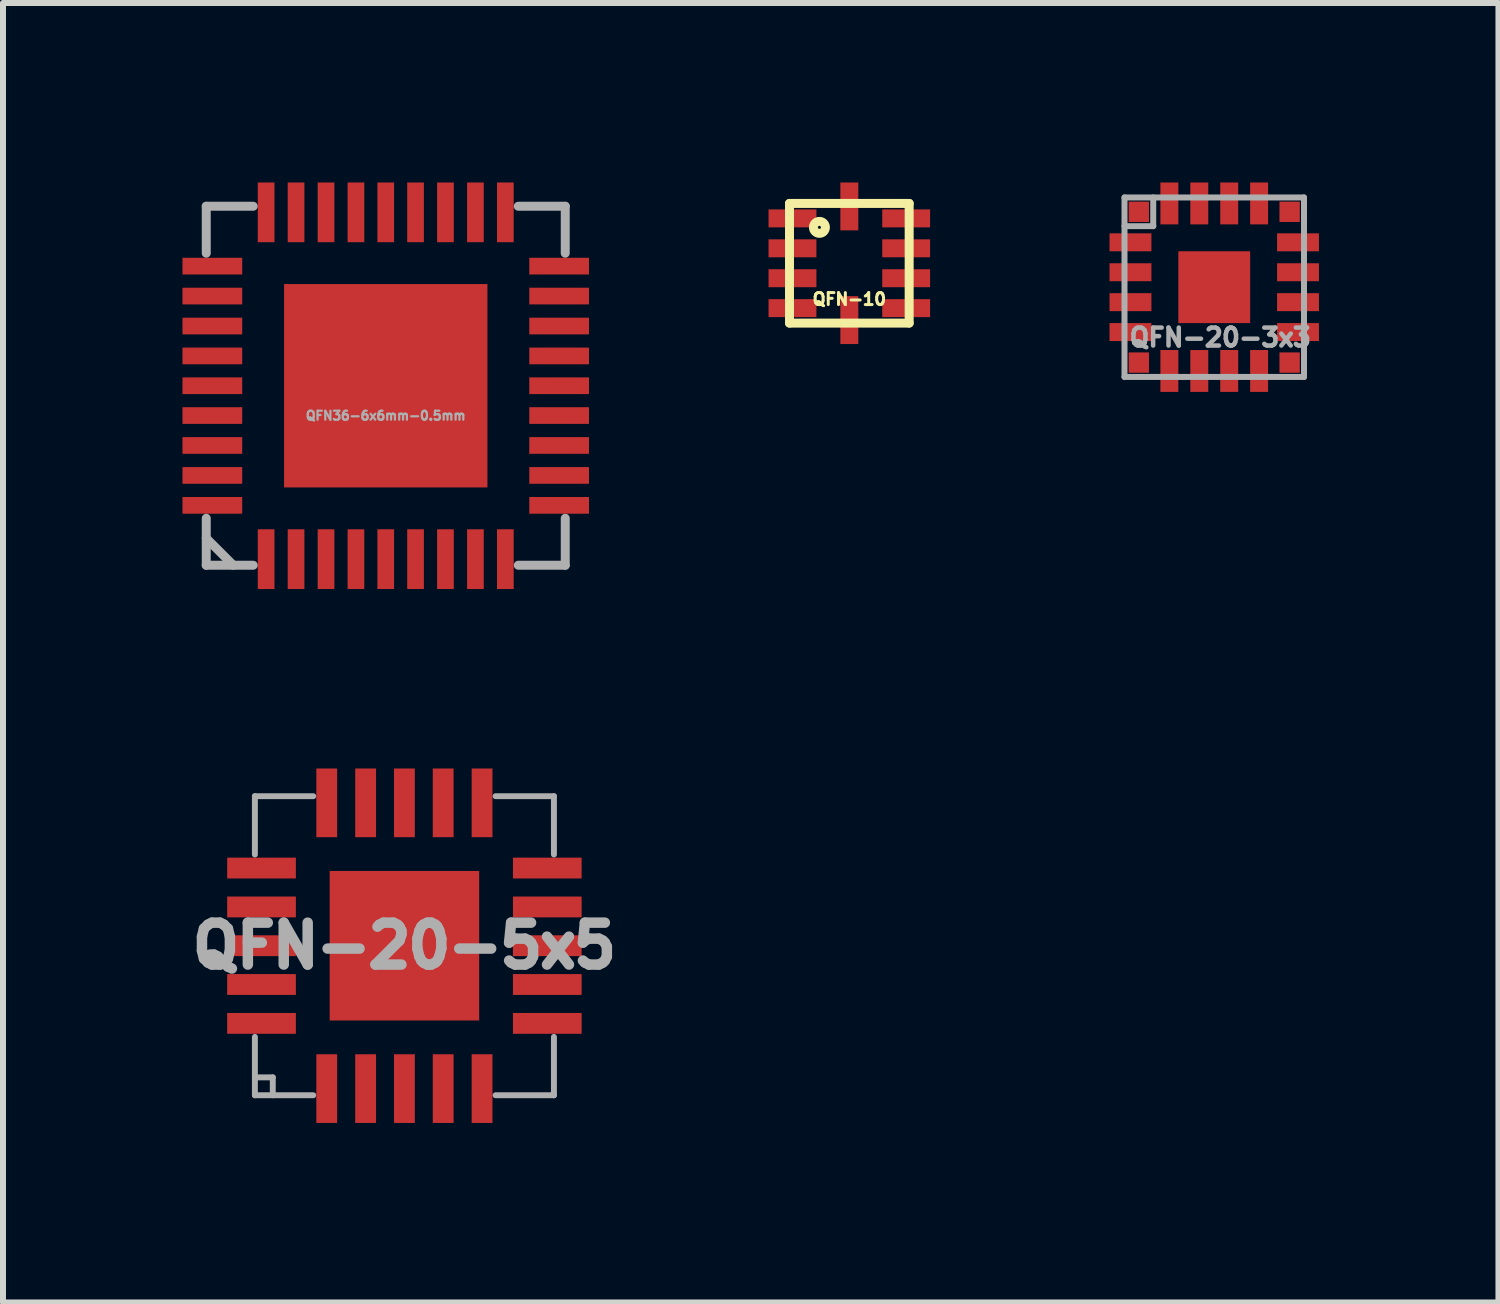
<source format=kicad_pcb>
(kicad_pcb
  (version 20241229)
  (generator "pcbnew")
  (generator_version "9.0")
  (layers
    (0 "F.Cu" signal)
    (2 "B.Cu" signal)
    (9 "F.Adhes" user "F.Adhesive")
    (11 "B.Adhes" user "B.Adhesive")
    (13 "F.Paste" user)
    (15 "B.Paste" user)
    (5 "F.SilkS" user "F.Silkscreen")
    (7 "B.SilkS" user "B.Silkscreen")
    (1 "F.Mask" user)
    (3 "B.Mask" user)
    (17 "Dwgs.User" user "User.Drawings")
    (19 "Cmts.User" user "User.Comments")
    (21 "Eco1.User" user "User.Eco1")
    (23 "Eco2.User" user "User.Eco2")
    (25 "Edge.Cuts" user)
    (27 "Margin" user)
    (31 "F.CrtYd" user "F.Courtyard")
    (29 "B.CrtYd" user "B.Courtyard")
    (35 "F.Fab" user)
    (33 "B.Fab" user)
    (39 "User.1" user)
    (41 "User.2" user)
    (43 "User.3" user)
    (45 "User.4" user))
  (footprint "QFN-10"
    (layer "F.Cu")
    (at 11.145 1.35)
    (property "Reference" "QFN-10" (at 0 0.6 0) (layer "F.SilkS") (effects (font (size 0.2 0.2) (thickness 0.05))))
    (attr through_hole)
    (fp_line (start -1 -1) (end 1 -1) (stroke (width 0.15) (type solid)) (layer "F.SilkS"))
    (fp_line (start -1 1) (end -1 -1) (stroke (width 0.15) (type solid)) (layer "F.SilkS"))
    (fp_line (start 1 -1) (end 1 1) (stroke (width 0.15) (type solid)) (layer "F.SilkS"))
    (fp_line (start 1 1) (end -1 1) (stroke (width 0.15) (type solid)) (layer "F.SilkS"))
    (fp_circle (center -0.5 -0.6) (end -0.5 -0.5) (stroke (width 0.15) (type solid)) (fill no) (layer "F.SilkS"))
    (pad "1" smd rect (at -0.95 -0.75) (size 0.8 0.3) (layers "F.Cu" "F.Mask" "F.Paste"))
    (pad "2" smd rect (at -0.95 -0.25) (size 0.8 0.3) (layers "F.Cu" "F.Mask" "F.Paste"))
    (pad "3" smd rect (at -0.95 0.25) (size 0.8 0.3) (layers "F.Cu" "F.Mask" "F.Paste"))
    (pad "4" smd rect (at -0.95 0.75) (size 0.8 0.3) (layers "F.Cu" "F.Mask" "F.Paste"))
    (pad "5" smd rect (at 0 0.95) (size 0.3 0.8) (layers "F.Cu" "F.Mask" "F.Paste"))
    (pad "6" smd rect (at 0.95 0.75) (size 0.8 0.3) (layers "F.Cu" "F.Mask" "F.Paste"))
    (pad "7" smd rect (at 0.95 0.25) (size 0.8 0.3) (layers "F.Cu" "F.Mask" "F.Paste"))
    (pad "8" smd rect (at 0.95 -0.25) (size 0.8 0.3) (layers "F.Cu" "F.Mask" "F.Paste"))
    (pad "9" smd rect (at 0.95 -0.75) (size 0.8 0.3) (layers "F.Cu" "F.Mask" "F.Paste"))
    (pad "10" smd rect (at 0 -0.95) (size 0.3 0.8) (layers "F.Cu" "F.Mask" "F.Paste")))
  (footprint "QFN-20-3x3"
    (layer "F.Cu")
    (at 17.244 1.75)
    (property "Reference" "QFN-20-3x3" (at 0.1 0.84 0) (layer "F.Fab") (effects (font (size 0.3 0.3) (thickness 0.075))))
    (attr through_hole)
    (fp_line (start -1.5 -1.5) (end -1.5 1.5) (stroke (width 0.1) (type solid)) (layer "F.Fab"))
    (fp_line (start -1.5 -1.5) (end 1.5 -1.5) (stroke (width 0.1) (type solid)) (layer "F.Fab"))
    (fp_line (start -1.5 1.5) (end 1.5 1.5) (stroke (width 0.1) (type solid)) (layer "F.Fab"))
    (fp_line (start -1.02 -1.5) (end -1.02 -1.03) (stroke (width 0.1) (type solid)) (layer "F.Fab"))
    (fp_line (start -1.02 -1.03) (end -1.02 -1.02) (stroke (width 0.1) (type solid)) (layer "F.Fab"))
    (fp_line (start -1.02 -1.02) (end -1.5 -1.02) (stroke (width 0.1) (type solid)) (layer "F.Fab"))
    (fp_line (start 1.5 -1.5) (end 1.5 1.5) (stroke (width 0.1) (type solid)) (layer "F.Fab"))
    (pad "1" smd rect (at -1.26 -1.26) (size 0.34 0.34) (layers "F.Cu" "F.Mask" "F.Paste"))
    (pad "2" smd rect (at -1.4 -0.75) (size 0.7 0.3) (layers "F.Cu" "F.Mask" "F.Paste"))
    (pad "3" smd rect (at -1.4 -0.25) (size 0.7 0.3) (layers "F.Cu" "F.Mask" "F.Paste"))
    (pad "4" smd rect (at -1.4 0.25) (size 0.7 0.3) (layers "F.Cu" "F.Mask" "F.Paste"))
    (pad "5" smd rect (at -1.4 0.75) (size 0.7 0.3) (layers "F.Cu" "F.Mask" "F.Paste"))
    (pad "6" smd rect (at -1.26 1.26) (size 0.34 0.34) (layers "F.Cu" "F.Mask" "F.Paste"))
    (pad "7" smd rect (at -0.75 1.4) (size 0.3 0.7) (layers "F.Cu" "F.Mask" "F.Paste"))
    (pad "8" smd rect (at -0.25 1.4) (size 0.3 0.7) (layers "F.Cu" "F.Mask" "F.Paste"))
    (pad "9" smd rect (at 0.25 1.4) (size 0.3 0.7) (layers "F.Cu" "F.Mask" "F.Paste"))
    (pad "10" smd rect (at 0.75 1.4) (size 0.3 0.7) (layers "F.Cu" "F.Mask" "F.Paste"))
    (pad "11" smd rect (at 1.26 1.26) (size 0.34 0.34) (layers "F.Cu" "F.Mask" "F.Paste"))
    (pad "12" smd rect (at 1.4 0.75) (size 0.7 0.3) (layers "F.Cu" "F.Mask" "F.Paste"))
    (pad "13" smd rect (at 1.4 0.25) (size 0.7 0.3) (layers "F.Cu" "F.Mask" "F.Paste"))
    (pad "14" smd rect (at 1.4 -0.25) (size 0.7 0.3) (layers "F.Cu" "F.Mask" "F.Paste"))
    (pad "15" smd rect (at 1.4 -0.75) (size 0.7 0.3) (layers "F.Cu" "F.Mask" "F.Paste"))
    (pad "16" smd rect (at 1.26 -1.26) (size 0.34 0.34) (layers "F.Cu" "F.Mask" "F.Paste"))
    (pad "17" smd rect (at 0.75 -1.4) (size 0.3 0.7) (layers "F.Cu" "F.Mask" "F.Paste"))
    (pad "18" smd rect (at 0.25 -1.4) (size 0.3 0.7) (layers "F.Cu" "F.Mask" "F.Paste"))
    (pad "19" smd rect (at -0.25 -1.4) (size 0.3 0.7) (layers "F.Cu" "F.Mask" "F.Paste"))
    (pad "20" smd rect (at -0.75 -1.4) (size 0.3 0.7) (layers "F.Cu" "F.Mask" "F.Paste"))
    (pad "EP" smd rect (at 0 0) (size 1.2 1.2) (layers "F.Cu" "F.Mask" "F.Paste")))
  (footprint "QFN-20-5x5"
    (layer "F.Cu")
    (at 3.709 12.756)
    (property "Reference" "QFN-20-5x5" (at 0 0 0) (layer "F.Fab") (effects (font (size 0.7 0.7) (thickness 0.175))))
    (attr through_hole)
    (fp_line (start -2.499 -2.499) (end -2.499 -1.524) (stroke (width 0.099) (type solid)) (layer "F.Fab"))
    (fp_line (start -2.499 -2.499) (end -1.524 -2.499) (stroke (width 0.099) (type solid)) (layer "F.Fab"))
    (fp_line (start -2.499 1.524) (end -2.499 2.499) (stroke (width 0.099) (type solid)) (layer "F.Fab"))
    (fp_line (start -2.499 2.2) (end -2.2 2.2) (stroke (width 0.099) (type solid)) (layer "F.Fab"))
    (fp_line (start -2.499 2.499) (end -1.524 2.499) (stroke (width 0.099) (type solid)) (layer "F.Fab"))
    (fp_line (start -2.2 2.2) (end -2.2 2.499) (stroke (width 0.099) (type solid)) (layer "F.Fab"))
    (fp_line (start 1.524 -2.499) (end 2.499 -2.499) (stroke (width 0.099) (type solid)) (layer "F.Fab"))
    (fp_line (start 1.524 2.499) (end 2.499 2.499) (stroke (width 0.099) (type solid)) (layer "F.Fab"))
    (fp_line (start 2.499 -2.499) (end 2.499 -1.524) (stroke (width 0.099) (type solid)) (layer "F.Fab"))
    (fp_line (start 2.499 1.524) (end 2.499 2.499) (stroke (width 0.099) (type solid)) (layer "F.Fab"))
    (pad "1" smd rect (at -1.298 2.388 180) (size 0.348 1.148) (layers "F.Cu" "F.Mask" "F.Paste"))
    (pad "2" smd rect (at -0.648 2.388 180) (size 0.348 1.148) (layers "F.Cu" "F.Mask" "F.Paste"))
    (pad "3" smd rect (at 0 2.388 180) (size 0.348 1.148) (layers "F.Cu" "F.Mask" "F.Paste"))
    (pad "4" smd rect (at 0.648 2.388 180) (size 0.348 1.148) (layers "F.Cu" "F.Mask" "F.Paste"))
    (pad "5" smd rect (at 1.298 2.388 180) (size 0.348 1.148) (layers "F.Cu" "F.Mask" "F.Paste"))
    (pad "6" smd rect (at 2.388 1.298 270) (size 0.348 1.148) (layers "F.Cu" "F.Mask" "F.Paste"))
    (pad "7" smd rect (at 2.388 0.648 270) (size 0.348 1.148) (layers "F.Cu" "F.Mask" "F.Paste"))
    (pad "8" smd rect (at 2.388 0 270) (size 0.348 1.148) (layers "F.Cu" "F.Mask" "F.Paste"))
    (pad "9" smd rect (at 2.388 -0.648 270) (size 0.348 1.148) (layers "F.Cu" "F.Mask" "F.Paste"))
    (pad "10" smd rect (at 2.388 -1.298 270) (size 0.348 1.148) (layers "F.Cu" "F.Mask" "F.Paste"))
    (pad "11" smd rect (at 1.298 -2.388) (size 0.348 1.148) (layers "F.Cu" "F.Mask" "F.Paste"))
    (pad "12" smd rect (at 0.648 -2.388) (size 0.348 1.148) (layers "F.Cu" "F.Mask" "F.Paste"))
    (pad "13" smd rect (at 0 -2.388) (size 0.348 1.148) (layers "F.Cu" "F.Mask" "F.Paste"))
    (pad "14" smd rect (at -0.648 -2.388) (size 0.348 1.148) (layers "F.Cu" "F.Mask" "F.Paste"))
    (pad "15" smd rect (at -1.298 -2.388) (size 0.348 1.148) (layers "F.Cu" "F.Mask" "F.Paste"))
    (pad "16" smd rect (at -2.388 -1.298 90) (size 0.348 1.148) (layers "F.Cu" "F.Mask" "F.Paste"))
    (pad "17" smd rect (at -2.388 -0.648 90) (size 0.348 1.148) (layers "F.Cu" "F.Mask" "F.Paste"))
    (pad "18" smd rect (at -2.388 0 90) (size 0.348 1.148) (layers "F.Cu" "F.Mask" "F.Paste"))
    (pad "19" smd rect (at -2.388 0.648 90) (size 0.348 1.148) (layers "F.Cu" "F.Mask" "F.Paste"))
    (pad "20" smd rect (at -2.388 1.298 90) (size 0.348 1.148) (layers "F.Cu" "F.Mask" "F.Paste"))
    (pad "EP" smd rect (at 0 0) (size 2.499 2.499) (layers "F.Cu" "F.Mask" "F.Paste")))
  (footprint "QFN36-6x6mm-0.5mm"
    (layer "F.Cu")
    (at 3.397 3.397)
    (property "Reference" "QFN36-6x6mm-0.5mm" (at 0 0.5 0) (layer "F.Fab") (effects (font (size 0.15 0.15) (thickness 0.037))))
    (attr through_hole)
    (fp_line (start -3 -3) (end -3 -2.215) (stroke (width 0.15) (type solid)) (layer "F.Fab"))
    (fp_line (start -3 -3) (end -2.215 -3) (stroke (width 0.15) (type solid)) (layer "F.Fab"))
    (fp_line (start -3 2.215) (end -3 3) (stroke (width 0.15) (type solid)) (layer "F.Fab"))
    (fp_line (start -3 2.548) (end -2.548 3) (stroke (width 0.15) (type solid)) (layer "F.Fab"))
    (fp_line (start -3 3) (end -2.215 3) (stroke (width 0.15) (type solid)) (layer "F.Fab"))
    (fp_line (start 2.215 -3) (end 3 -3) (stroke (width 0.15) (type solid)) (layer "F.Fab"))
    (fp_line (start 2.215 3) (end 3 3) (stroke (width 0.15) (type solid)) (layer "F.Fab"))
    (fp_line (start 3 -3) (end 3 -2.215) (stroke (width 0.15) (type solid)) (layer "F.Fab"))
    (fp_line (start 3 2.215) (end 3 3) (stroke (width 0.15) (type solid)) (layer "F.Fab"))
    (pad "1" smd rect (at -1.999 2.898 180) (size 0.279 0.998) (layers "F.Cu" "F.Mask" "F.Paste"))
    (pad "2" smd rect (at -1.499 2.898 180) (size 0.279 0.998) (layers "F.Cu" "F.Mask" "F.Paste"))
    (pad "3" smd rect (at -0.998 2.898 180) (size 0.279 0.998) (layers "F.Cu" "F.Mask" "F.Paste"))
    (pad "4" smd rect (at -0.498 2.898 180) (size 0.279 0.998) (layers "F.Cu" "F.Mask" "F.Paste"))
    (pad "5" smd rect (at 0 2.898 180) (size 0.279 0.998) (layers "F.Cu" "F.Mask" "F.Paste"))
    (pad "6" smd rect (at 0.498 2.898 180) (size 0.279 0.998) (layers "F.Cu" "F.Mask" "F.Paste"))
    (pad "7" smd rect (at 0.998 2.898 180) (size 0.279 0.998) (layers "F.Cu" "F.Mask" "F.Paste"))
    (pad "8" smd rect (at 1.499 2.898 180) (size 0.279 0.998) (layers "F.Cu" "F.Mask" "F.Paste"))
    (pad "9" smd rect (at 1.999 2.898 180) (size 0.279 0.998) (layers "F.Cu" "F.Mask" "F.Paste"))
    (pad "10" smd rect (at 2.898 1.999 270) (size 0.279 0.998) (layers "F.Cu" "F.Mask" "F.Paste"))
    (pad "11" smd rect (at 2.898 1.499 270) (size 0.279 0.998) (layers "F.Cu" "F.Mask" "F.Paste"))
    (pad "12" smd rect (at 2.898 0.998 270) (size 0.279 0.998) (layers "F.Cu" "F.Mask" "F.Paste"))
    (pad "13" smd rect (at 2.898 0.498 270) (size 0.279 0.998) (layers "F.Cu" "F.Mask" "F.Paste"))
    (pad "14" smd rect (at 2.898 0 270) (size 0.279 0.998) (layers "F.Cu" "F.Mask" "F.Paste"))
    (pad "15" smd rect (at 2.898 -0.498 270) (size 0.279 0.998) (layers "F.Cu" "F.Mask" "F.Paste"))
    (pad "16" smd rect (at 2.898 -0.998 270) (size 0.279 0.998) (layers "F.Cu" "F.Mask" "F.Paste"))
    (pad "17" smd rect (at 2.898 -1.499 270) (size 0.279 0.998) (layers "F.Cu" "F.Mask" "F.Paste"))
    (pad "18" smd rect (at 2.898 -1.999 270) (size 0.279 0.998) (layers "F.Cu" "F.Mask" "F.Paste"))
    (pad "19" smd rect (at 1.999 -2.898) (size 0.279 0.998) (layers "F.Cu" "F.Mask" "F.Paste"))
    (pad "20" smd rect (at 1.499 -2.898) (size 0.279 0.998) (layers "F.Cu" "F.Mask" "F.Paste"))
    (pad "21" smd rect (at 0.998 -2.898) (size 0.279 0.998) (layers "F.Cu" "F.Mask" "F.Paste"))
    (pad "22" smd rect (at 0.498 -2.898) (size 0.279 0.998) (layers "F.Cu" "F.Mask" "F.Paste"))
    (pad "23" smd rect (at 0 -2.898) (size 0.279 0.998) (layers "F.Cu" "F.Mask" "F.Paste"))
    (pad "24" smd rect (at -0.498 -2.898) (size 0.279 0.998) (layers "F.Cu" "F.Mask" "F.Paste"))
    (pad "25" smd rect (at -0.998 -2.898) (size 0.279 0.998) (layers "F.Cu" "F.Mask" "F.Paste"))
    (pad "26" smd rect (at -1.499 -2.898) (size 0.279 0.998) (layers "F.Cu" "F.Mask" "F.Paste"))
    (pad "27" smd rect (at -1.999 -2.898) (size 0.279 0.998) (layers "F.Cu" "F.Mask" "F.Paste"))
    (pad "28" smd rect (at -2.898 -1.999 90) (size 0.279 0.998) (layers "F.Cu" "F.Mask" "F.Paste"))
    (pad "29" smd rect (at -2.898 -1.499 90) (size 0.279 0.998) (layers "F.Cu" "F.Mask" "F.Paste"))
    (pad "30" smd rect (at -2.898 -0.998 90) (size 0.279 0.998) (layers "F.Cu" "F.Mask" "F.Paste"))
    (pad "31" smd rect (at -2.898 -0.498 90) (size 0.279 0.998) (layers "F.Cu" "F.Mask" "F.Paste"))
    (pad "32" smd rect (at -2.898 0 90) (size 0.279 0.998) (layers "F.Cu" "F.Mask" "F.Paste"))
    (pad "33" smd rect (at -2.898 0.498 90) (size 0.279 0.998) (layers "F.Cu" "F.Mask" "F.Paste"))
    (pad "34" smd rect (at -2.898 0.998 90) (size 0.279 0.998) (layers "F.Cu" "F.Mask" "F.Paste"))
    (pad "35" smd rect (at -2.898 1.499 90) (size 0.279 0.998) (layers "F.Cu" "F.Mask" "F.Paste"))
    (pad "36" smd rect (at -2.898 1.999 90) (size 0.279 0.998) (layers "F.Cu" "F.Mask" "F.Paste"))
    (pad "EXP" smd rect (at 0 0) (size 3.399 3.399) (layers "F.Cu" "F.Mask" "F.Paste")))
  (gr_rect
    (start -3 -3)
    (end 21.994 18.718)
    (stroke (width 0.1) (type default))
    (fill no)
    (layer "Edge.Cuts")))
</source>
